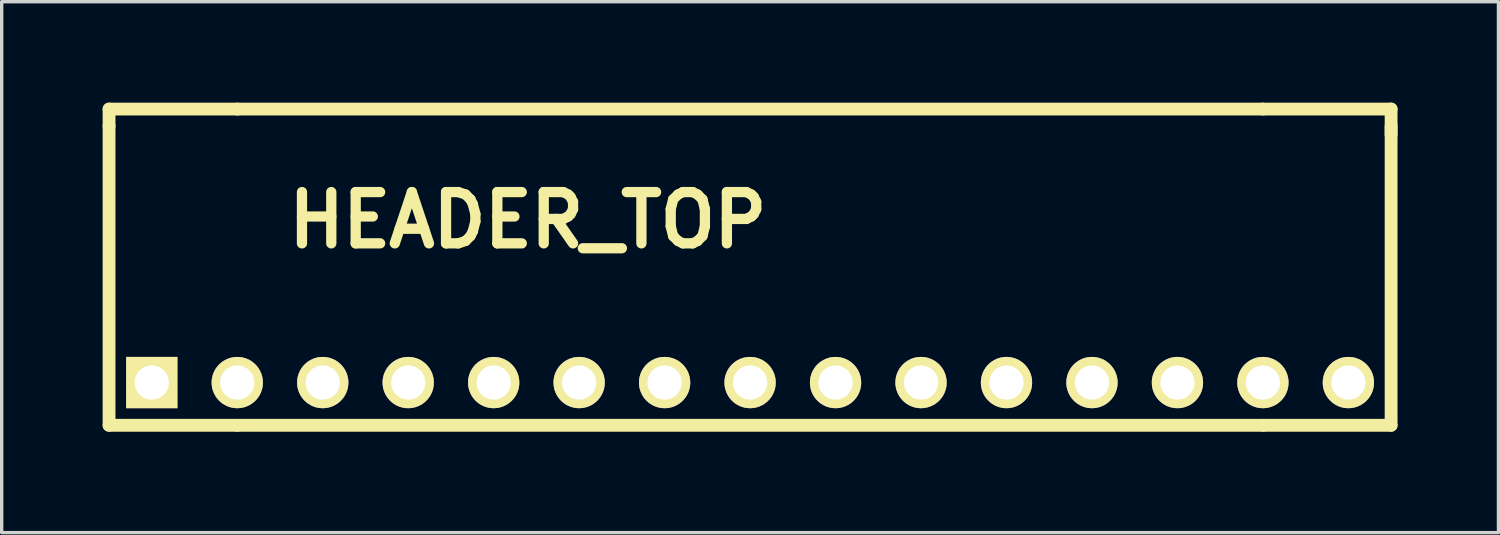
<source format=kicad_pcb>
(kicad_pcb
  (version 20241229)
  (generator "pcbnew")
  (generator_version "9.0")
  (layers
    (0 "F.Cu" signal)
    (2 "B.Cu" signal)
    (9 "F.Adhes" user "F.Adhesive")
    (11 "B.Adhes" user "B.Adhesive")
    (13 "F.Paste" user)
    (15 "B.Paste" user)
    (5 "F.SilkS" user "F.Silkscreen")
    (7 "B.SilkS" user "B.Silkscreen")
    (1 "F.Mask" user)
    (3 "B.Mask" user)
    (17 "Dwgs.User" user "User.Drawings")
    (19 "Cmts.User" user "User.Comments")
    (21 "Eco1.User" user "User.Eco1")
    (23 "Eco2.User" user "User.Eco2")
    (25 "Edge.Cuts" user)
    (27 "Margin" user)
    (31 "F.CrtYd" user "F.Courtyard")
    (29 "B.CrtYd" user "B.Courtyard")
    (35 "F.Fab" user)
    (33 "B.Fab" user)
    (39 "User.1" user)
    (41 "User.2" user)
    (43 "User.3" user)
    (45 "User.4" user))
  (footprint "HEADER_TOP"
    (layer "F.Cu")
    (at 19.241 8.319)
    (property "Reference" "HEADER_TOP" (at -6.604 -4.826 0) (layer "F.SilkS") (effects (font (size 1.524 1.524) (thickness 0.305))))
    (attr through_hole)
    (fp_line (start -19.05 -8.128) (end -19.05 -7.62) (stroke (width 0.381) (type solid)) (layer "F.SilkS"))
    (fp_line (start -19.05 1.27) (end -19.05 -7.62) (stroke (width 0.381) (type solid)) (layer "F.SilkS"))
    (fp_line (start -15.24 -8.128) (end -19.05 -8.128) (stroke (width 0.381) (type solid)) (layer "F.SilkS"))
    (fp_line (start -15.24 -8.128) (end 15.24 -8.128) (stroke (width 0.381) (type solid)) (layer "F.SilkS"))
    (fp_line (start -15.24 1.27) (end -19.05 1.27) (stroke (width 0.381) (type solid)) (layer "F.SilkS"))
    (fp_line (start 15.24 -8.128) (end 19.05 -8.128) (stroke (width 0.381) (type solid)) (layer "F.SilkS"))
    (fp_line (start 15.24 1.27) (end -15.24 1.27) (stroke (width 0.381) (type solid)) (layer "F.SilkS"))
    (fp_line (start 15.24 1.27) (end 19.05 1.27) (stroke (width 0.381) (type solid)) (layer "F.SilkS"))
    (fp_line (start 19.05 -8.128) (end 19.05 -7.366) (stroke (width 0.381) (type solid)) (layer "F.SilkS"))
    (fp_line (start 19.05 1.27) (end 19.05 -7.62) (stroke (width 0.381) (type solid)) (layer "F.SilkS"))
    (pad "1" thru_hole rect (at -17.78 0) (size 1.524 1.524) (drill 1.016) (layers "*.Cu" "*.Mask" "F.SilkS"))
    (pad "2" thru_hole circle (at -15.24 0) (size 1.524 1.524) (drill 1.016) (layers "*.Cu" "*.Mask" "F.SilkS"))
    (pad "3" thru_hole circle (at -12.7 0) (size 1.524 1.524) (drill 1.016) (layers "*.Cu" "*.Mask" "F.SilkS"))
    (pad "4" thru_hole circle (at -10.16 0) (size 1.524 1.524) (drill 1.016) (layers "*.Cu" "*.Mask" "F.SilkS"))
    (pad "5" thru_hole circle (at -7.62 0) (size 1.524 1.524) (drill 1.016) (layers "*.Cu" "*.Mask" "F.SilkS"))
    (pad "6" thru_hole circle (at -5.08 0) (size 1.524 1.524) (drill 1.016) (layers "*.Cu" "*.Mask" "F.SilkS"))
    (pad "7" thru_hole circle (at -2.54 0) (size 1.524 1.524) (drill 1.016) (layers "*.Cu" "*.Mask" "F.SilkS"))
    (pad "8" thru_hole circle (at 0 0) (size 1.524 1.524) (drill 1.016) (layers "*.Cu" "*.Mask" "F.SilkS"))
    (pad "9" thru_hole circle (at 2.54 0) (size 1.524 1.524) (drill 1.016) (layers "*.Cu" "*.Mask" "F.SilkS"))
    (pad "10" thru_hole circle (at 5.08 0) (size 1.524 1.524) (drill 1.016) (layers "*.Cu" "*.Mask" "F.SilkS"))
    (pad "11" thru_hole circle (at 7.62 0) (size 1.524 1.524) (drill 1.016) (layers "*.Cu" "*.Mask" "F.SilkS"))
    (pad "12" thru_hole circle (at 10.16 0) (size 1.524 1.524) (drill 1.016) (layers "*.Cu" "*.Mask" "F.SilkS"))
    (pad "13" thru_hole circle (at 12.7 0) (size 1.524 1.524) (drill 1.016) (layers "*.Cu" "*.Mask" "F.SilkS"))
    (pad "14" thru_hole circle (at 15.24 0) (size 1.524 1.524) (drill 1.016) (layers "*.Cu" "*.Mask" "F.SilkS"))
    (pad "15" thru_hole circle (at 17.78 0) (size 1.524 1.524) (drill 1.016) (layers "*.Cu" "*.Mask" "F.SilkS")))
  (gr_rect
    (start -3 -3)
    (end 41.481 12.779)
    (stroke (width 0.1) (type default))
    (fill no)
    (layer "Edge.Cuts")))
</source>
